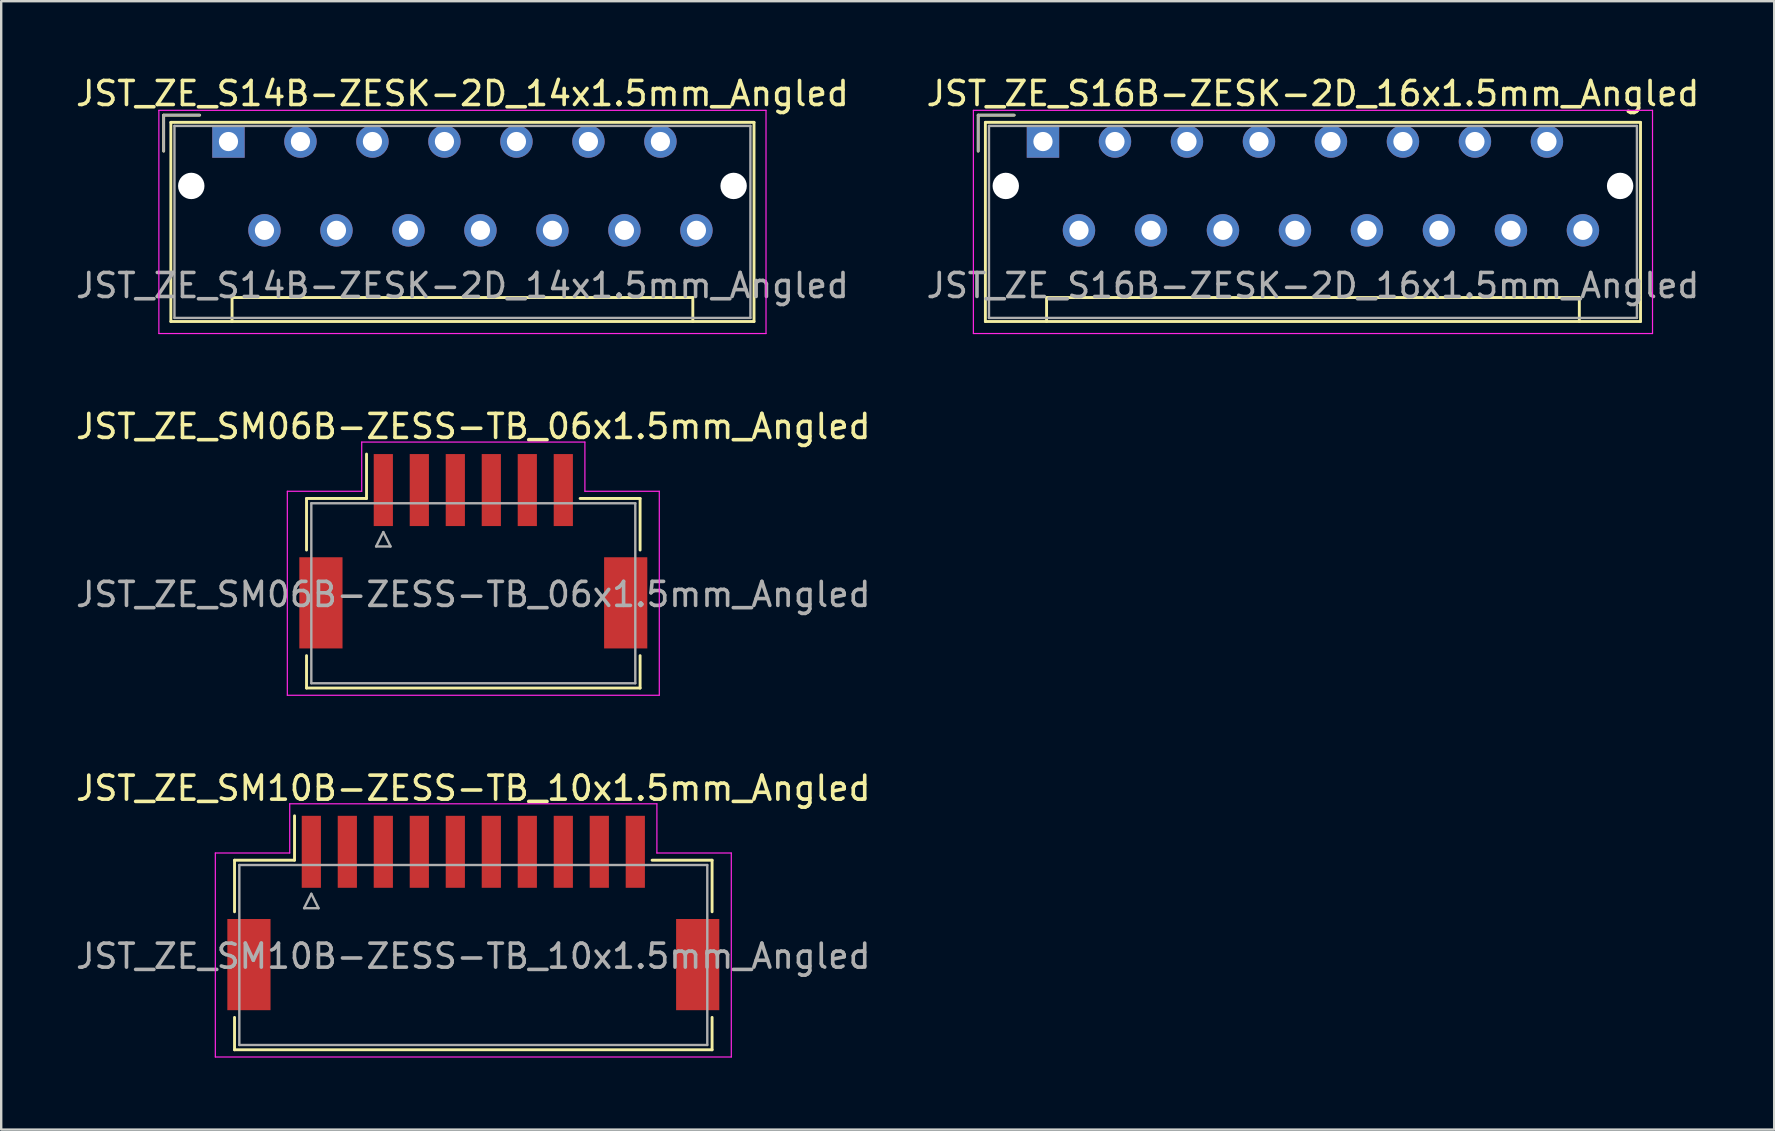
<source format=kicad_pcb>
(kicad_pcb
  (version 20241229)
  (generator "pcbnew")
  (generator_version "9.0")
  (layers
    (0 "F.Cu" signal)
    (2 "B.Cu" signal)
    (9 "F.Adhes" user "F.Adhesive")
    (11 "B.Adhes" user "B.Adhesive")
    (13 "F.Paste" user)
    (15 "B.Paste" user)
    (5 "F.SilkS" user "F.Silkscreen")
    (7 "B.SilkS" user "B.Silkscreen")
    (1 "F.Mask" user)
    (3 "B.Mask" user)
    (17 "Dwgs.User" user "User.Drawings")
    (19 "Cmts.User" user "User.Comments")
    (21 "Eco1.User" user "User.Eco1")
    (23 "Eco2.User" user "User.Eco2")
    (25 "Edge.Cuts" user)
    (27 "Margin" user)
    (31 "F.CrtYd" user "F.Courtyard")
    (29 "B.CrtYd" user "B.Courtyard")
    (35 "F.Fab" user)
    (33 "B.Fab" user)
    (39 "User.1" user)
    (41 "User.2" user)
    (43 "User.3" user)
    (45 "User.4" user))
  (footprint "JST_ZE_SM06B-ZESS-TB_06x1.5mm_Angled"
    (layer "F.Cu")
    (at 16.673 19.721)
    (property "Reference" "JST_ZE_SM06B-ZESS-TB_06x1.5mm_Angled" (at 0 -5 0) (layer "F.SilkS") (effects (font (size 1 1) (thickness 0.15))))
    (attr smd)
    (fp_line (start -6.95 -2) (end -4.45 -2) (stroke (width 0.12) (type solid)) (layer "F.SilkS"))
    (fp_line (start -6.95 0.15) (end -6.95 -2) (stroke (width 0.12) (type solid)) (layer "F.SilkS"))
    (fp_line (start -6.95 4.55) (end -6.95 5.9) (stroke (width 0.12) (type solid)) (layer "F.SilkS"))
    (fp_line (start -6.95 5.9) (end 6.95 5.9) (stroke (width 0.12) (type solid)) (layer "F.SilkS"))
    (fp_line (start -4.45 -2) (end -4.45 -3.85) (stroke (width 0.12) (type solid)) (layer "F.SilkS"))
    (fp_line (start 6.95 -2) (end 4.45 -2) (stroke (width 0.12) (type solid)) (layer "F.SilkS"))
    (fp_line (start 6.95 0.15) (end 6.95 -2) (stroke (width 0.12) (type solid)) (layer "F.SilkS"))
    (fp_line (start 6.95 5.9) (end 6.95 4.55) (stroke (width 0.12) (type solid)) (layer "F.SilkS"))
    (fp_line (start -7.75 -2.3) (end -7.75 6.2) (stroke (width 0.05) (type solid)) (layer "F.CrtYd"))
    (fp_line (start -7.75 6.2) (end 7.75 6.2) (stroke (width 0.05) (type solid)) (layer "F.CrtYd"))
    (fp_line (start -4.65 -4.35) (end -4.65 -2.3) (stroke (width 0.05) (type solid)) (layer "F.CrtYd"))
    (fp_line (start -4.65 -2.3) (end -7.75 -2.3) (stroke (width 0.05) (type solid)) (layer "F.CrtYd"))
    (fp_line (start 4.65 -4.35) (end -4.65 -4.35) (stroke (width 0.05) (type solid)) (layer "F.CrtYd"))
    (fp_line (start 4.65 -2.3) (end 4.65 -4.35) (stroke (width 0.05) (type solid)) (layer "F.CrtYd"))
    (fp_line (start 7.75 -2.3) (end 4.65 -2.3) (stroke (width 0.05) (type solid)) (layer "F.CrtYd"))
    (fp_line (start 7.75 6.2) (end 7.75 -2.3) (stroke (width 0.05) (type solid)) (layer "F.CrtYd"))
    (fp_line (start -6.75 -1.8) (end -6.75 5.7) (stroke (width 0.1) (type solid)) (layer "F.Fab"))
    (fp_line (start -6.75 5.7) (end 6.75 5.7) (stroke (width 0.1) (type solid)) (layer "F.Fab"))
    (fp_line (start -4.05 0) (end -3.45 0) (stroke (width 0.1) (type solid)) (layer "F.Fab"))
    (fp_line (start -3.75 -0.6) (end -4.05 0) (stroke (width 0.1) (type solid)) (layer "F.Fab"))
    (fp_line (start -3.45 0) (end -3.75 -0.6) (stroke (width 0.1) (type solid)) (layer "F.Fab"))
    (fp_line (start 6.75 -1.8) (end -6.75 -1.8) (stroke (width 0.1) (type solid)) (layer "F.Fab"))
    (fp_line (start 6.75 5.7) (end 6.75 -1.8) (stroke (width 0.1) (type solid)) (layer "F.Fab"))
    (fp_text user "${REFERENCE}" (at 0 2 0) (layer "F.Fab") (effects (font (size 1 1) (thickness 0.15))))
    (pad "" smd rect (at -6.35 2.35) (size 1.8 3.8) (layers "F.Cu" "F.Mask" "F.Paste"))
    (pad "" smd rect (at 6.35 2.35) (size 1.8 3.8) (layers "F.Cu" "F.Mask" "F.Paste"))
    (pad "1" smd rect (at -3.75 -2.35) (size 0.8 3) (layers "F.Cu" "F.Mask" "F.Paste"))
    (pad "2" smd rect (at -2.25 -2.35) (size 0.8 3) (layers "F.Cu" "F.Mask" "F.Paste"))
    (pad "3" smd rect (at -0.75 -2.35) (size 0.8 3) (layers "F.Cu" "F.Mask" "F.Paste"))
    (pad "4" smd rect (at 0.75 -2.35) (size 0.8 3) (layers "F.Cu" "F.Mask" "F.Paste"))
    (pad "5" smd rect (at 2.25 -2.35) (size 0.8 3) (layers "F.Cu" "F.Mask" "F.Paste"))
    (pad "6" smd rect (at 3.75 -2.35) (size 0.8 3) (layers "F.Cu" "F.Mask" "F.Paste")))
  (footprint "JST_ZE_SM10B-ZESS-TB_10x1.5mm_Angled"
    (layer "F.Cu")
    (at 16.673 34.795)
    (property "Reference" "JST_ZE_SM10B-ZESS-TB_10x1.5mm_Angled" (at 0 -5 0) (layer "F.SilkS") (effects (font (size 1 1) (thickness 0.15))))
    (attr smd)
    (fp_line (start -9.95 -2) (end -7.45 -2) (stroke (width 0.12) (type solid)) (layer "F.SilkS"))
    (fp_line (start -9.95 0.15) (end -9.95 -2) (stroke (width 0.12) (type solid)) (layer "F.SilkS"))
    (fp_line (start -9.95 4.55) (end -9.95 5.9) (stroke (width 0.12) (type solid)) (layer "F.SilkS"))
    (fp_line (start -9.95 5.9) (end 9.95 5.9) (stroke (width 0.12) (type solid)) (layer "F.SilkS"))
    (fp_line (start -7.45 -2) (end -7.45 -3.85) (stroke (width 0.12) (type solid)) (layer "F.SilkS"))
    (fp_line (start 9.95 -2) (end 7.45 -2) (stroke (width 0.12) (type solid)) (layer "F.SilkS"))
    (fp_line (start 9.95 0.15) (end 9.95 -2) (stroke (width 0.12) (type solid)) (layer "F.SilkS"))
    (fp_line (start 9.95 5.9) (end 9.95 4.55) (stroke (width 0.12) (type solid)) (layer "F.SilkS"))
    (fp_line (start -10.75 -2.3) (end -10.75 6.2) (stroke (width 0.05) (type solid)) (layer "F.CrtYd"))
    (fp_line (start -10.75 6.2) (end 10.75 6.2) (stroke (width 0.05) (type solid)) (layer "F.CrtYd"))
    (fp_line (start -7.65 -4.35) (end -7.65 -2.3) (stroke (width 0.05) (type solid)) (layer "F.CrtYd"))
    (fp_line (start -7.65 -2.3) (end -10.75 -2.3) (stroke (width 0.05) (type solid)) (layer "F.CrtYd"))
    (fp_line (start 7.65 -4.35) (end -7.65 -4.35) (stroke (width 0.05) (type solid)) (layer "F.CrtYd"))
    (fp_line (start 7.65 -2.3) (end 7.65 -4.35) (stroke (width 0.05) (type solid)) (layer "F.CrtYd"))
    (fp_line (start 10.75 -2.3) (end 7.65 -2.3) (stroke (width 0.05) (type solid)) (layer "F.CrtYd"))
    (fp_line (start 10.75 6.2) (end 10.75 -2.3) (stroke (width 0.05) (type solid)) (layer "F.CrtYd"))
    (fp_line (start -9.75 -1.8) (end -9.75 5.7) (stroke (width 0.1) (type solid)) (layer "F.Fab"))
    (fp_line (start -9.75 5.7) (end 9.75 5.7) (stroke (width 0.1) (type solid)) (layer "F.Fab"))
    (fp_line (start -7.05 0) (end -6.45 0) (stroke (width 0.1) (type solid)) (layer "F.Fab"))
    (fp_line (start -6.75 -0.6) (end -7.05 0) (stroke (width 0.1) (type solid)) (layer "F.Fab"))
    (fp_line (start -6.45 0) (end -6.75 -0.6) (stroke (width 0.1) (type solid)) (layer "F.Fab"))
    (fp_line (start 9.75 -1.8) (end -9.75 -1.8) (stroke (width 0.1) (type solid)) (layer "F.Fab"))
    (fp_line (start 9.75 5.7) (end 9.75 -1.8) (stroke (width 0.1) (type solid)) (layer "F.Fab"))
    (fp_text user "${REFERENCE}" (at 0 2 0) (layer "F.Fab") (effects (font (size 1 1) (thickness 0.15))))
    (pad "" smd rect (at -9.35 2.35) (size 1.8 3.8) (layers "F.Cu" "F.Mask" "F.Paste"))
    (pad "" smd rect (at 9.35 2.35) (size 1.8 3.8) (layers "F.Cu" "F.Mask" "F.Paste"))
    (pad "1" smd rect (at -6.75 -2.35) (size 0.8 3) (layers "F.Cu" "F.Mask" "F.Paste"))
    (pad "2" smd rect (at -5.25 -2.35) (size 0.8 3) (layers "F.Cu" "F.Mask" "F.Paste"))
    (pad "3" smd rect (at -3.75 -2.35) (size 0.8 3) (layers "F.Cu" "F.Mask" "F.Paste"))
    (pad "4" smd rect (at -2.25 -2.35) (size 0.8 3) (layers "F.Cu" "F.Mask" "F.Paste"))
    (pad "5" smd rect (at -0.75 -2.35) (size 0.8 3) (layers "F.Cu" "F.Mask" "F.Paste"))
    (pad "6" smd rect (at 0.75 -2.35) (size 0.8 3) (layers "F.Cu" "F.Mask" "F.Paste"))
    (pad "7" smd rect (at 2.25 -2.35) (size 0.8 3) (layers "F.Cu" "F.Mask" "F.Paste"))
    (pad "8" smd rect (at 3.75 -2.35) (size 0.8 3) (layers "F.Cu" "F.Mask" "F.Paste"))
    (pad "9" smd rect (at 5.25 -2.35) (size 0.8 3) (layers "F.Cu" "F.Mask" "F.Paste"))
    (pad "10" smd rect (at 6.75 -2.35) (size 0.8 3) (layers "F.Cu" "F.Mask" "F.Paste")))
  (footprint "JST_ZE_S14B-ZESK-2D_14x1.5mm_Angled"
    (layer "F.Cu")
    (at 6.47 2.848)
    (property "Reference" "JST_ZE_S14B-ZESK-2D_14x1.5mm_Angled" (at 9.75 -2 0) (layer "F.SilkS") (effects (font (size 1 1) (thickness 0.15))))
    (attr through_hole)
    (fp_line (start -2.7 -1.1) (end -1.2 -1.1) (stroke (width 0.12) (type solid)) (layer "F.SilkS"))
    (fp_line (start -2.7 0.4) (end -2.7 -1.1) (stroke (width 0.12) (type solid)) (layer "F.SilkS"))
    (fp_line (start -2.4 -0.8) (end -2.4 7.5) (stroke (width 0.12) (type solid)) (layer "F.SilkS"))
    (fp_line (start -2.4 7.5) (end 21.9 7.5) (stroke (width 0.12) (type solid)) (layer "F.SilkS"))
    (fp_line (start 0.15 6.5) (end 19.35 6.5) (stroke (width 0.12) (type solid)) (layer "F.SilkS"))
    (fp_line (start 0.15 7.5) (end 0.15 6.5) (stroke (width 0.12) (type solid)) (layer "F.SilkS"))
    (fp_line (start 19.35 6.5) (end 19.35 7.5) (stroke (width 0.12) (type solid)) (layer "F.SilkS"))
    (fp_line (start 21.9 -0.8) (end -2.4 -0.8) (stroke (width 0.12) (type solid)) (layer "F.SilkS"))
    (fp_line (start 21.9 7.5) (end 21.9 -0.8) (stroke (width 0.12) (type solid)) (layer "F.SilkS"))
    (fp_line (start -2.9 -1.3) (end -2.9 8) (stroke (width 0.05) (type solid)) (layer "F.CrtYd"))
    (fp_line (start -2.9 8) (end 22.4 8) (stroke (width 0.05) (type solid)) (layer "F.CrtYd"))
    (fp_line (start 22.4 -1.3) (end -2.9 -1.3) (stroke (width 0.05) (type solid)) (layer "F.CrtYd"))
    (fp_line (start 22.4 8) (end 22.4 -1.3) (stroke (width 0.05) (type solid)) (layer "F.CrtYd"))
    (fp_line (start -2.7 -1.1) (end -1.2 -1.1) (stroke (width 0.1) (type solid)) (layer "F.Fab"))
    (fp_line (start -2.7 0.4) (end -2.7 -1.1) (stroke (width 0.1) (type solid)) (layer "F.Fab"))
    (fp_line (start -2.25 -0.65) (end -2.25 7.35) (stroke (width 0.1) (type solid)) (layer "F.Fab"))
    (fp_line (start -2.25 7.35) (end 21.75 7.35) (stroke (width 0.1) (type solid)) (layer "F.Fab"))
    (fp_line (start 21.75 -0.65) (end -2.25 -0.65) (stroke (width 0.1) (type solid)) (layer "F.Fab"))
    (fp_line (start 21.75 7.35) (end 21.75 -0.65) (stroke (width 0.1) (type solid)) (layer "F.Fab"))
    (fp_text user "${REFERENCE}" (at 9.75 6 0) (layer "F.Fab") (effects (font (size 1 1) (thickness 0.15))))
    (pad "" np_thru_hole circle (at -1.55 1.85) (size 1.1 1.1) (drill 1.1) (layers "*.Cu"))
    (pad "" np_thru_hole circle (at 21.05 1.85) (size 1.1 1.1) (drill 1.1) (layers "*.Cu"))
    (pad "1" thru_hole rect (at 0 0) (size 1.35 1.35) (drill 0.8) (layers "*.Cu" "*.Mask"))
    (pad "2" thru_hole circle (at 1.5 3.7) (size 1.35 1.35) (drill 0.8) (layers "*.Cu" "*.Mask"))
    (pad "3" thru_hole circle (at 3 0) (size 1.35 1.35) (drill 0.8) (layers "*.Cu" "*.Mask"))
    (pad "4" thru_hole circle (at 4.5 3.7) (size 1.35 1.35) (drill 0.8) (layers "*.Cu" "*.Mask"))
    (pad "5" thru_hole circle (at 6 0) (size 1.35 1.35) (drill 0.8) (layers "*.Cu" "*.Mask"))
    (pad "6" thru_hole circle (at 7.5 3.7) (size 1.35 1.35) (drill 0.8) (layers "*.Cu" "*.Mask"))
    (pad "7" thru_hole circle (at 9 0) (size 1.35 1.35) (drill 0.8) (layers "*.Cu" "*.Mask"))
    (pad "8" thru_hole circle (at 10.5 3.7) (size 1.35 1.35) (drill 0.8) (layers "*.Cu" "*.Mask"))
    (pad "9" thru_hole circle (at 12 0) (size 1.35 1.35) (drill 0.8) (layers "*.Cu" "*.Mask"))
    (pad "10" thru_hole circle (at 13.5 3.7) (size 1.35 1.35) (drill 0.8) (layers "*.Cu" "*.Mask"))
    (pad "11" thru_hole circle (at 15 0) (size 1.35 1.35) (drill 0.8) (layers "*.Cu" "*.Mask"))
    (pad "12" thru_hole circle (at 16.5 3.7) (size 1.35 1.35) (drill 0.8) (layers "*.Cu" "*.Mask"))
    (pad "13" thru_hole circle (at 18 0) (size 1.35 1.35) (drill 0.8) (layers "*.Cu" "*.Mask"))
    (pad "14" thru_hole circle (at 19.5 3.7) (size 1.35 1.35) (drill 0.8) (layers "*.Cu" "*.Mask")))
  (footprint "JST_ZE_S16B-ZESK-2D_16x1.5mm_Angled"
    (layer "F.Cu")
    (at 40.411 2.848)
    (property "Reference" "JST_ZE_S16B-ZESK-2D_16x1.5mm_Angled" (at 11.25 -2 0) (layer "F.SilkS") (effects (font (size 1 1) (thickness 0.15))))
    (attr through_hole)
    (fp_line (start -2.7 -1.1) (end -1.2 -1.1) (stroke (width 0.12) (type solid)) (layer "F.SilkS"))
    (fp_line (start -2.7 0.4) (end -2.7 -1.1) (stroke (width 0.12) (type solid)) (layer "F.SilkS"))
    (fp_line (start -2.4 -0.8) (end -2.4 7.5) (stroke (width 0.12) (type solid)) (layer "F.SilkS"))
    (fp_line (start -2.4 7.5) (end 24.9 7.5) (stroke (width 0.12) (type solid)) (layer "F.SilkS"))
    (fp_line (start 0.15 6.5) (end 22.35 6.5) (stroke (width 0.12) (type solid)) (layer "F.SilkS"))
    (fp_line (start 0.15 7.5) (end 0.15 6.5) (stroke (width 0.12) (type solid)) (layer "F.SilkS"))
    (fp_line (start 22.35 6.5) (end 22.35 7.5) (stroke (width 0.12) (type solid)) (layer "F.SilkS"))
    (fp_line (start 24.9 -0.8) (end -2.4 -0.8) (stroke (width 0.12) (type solid)) (layer "F.SilkS"))
    (fp_line (start 24.9 7.5) (end 24.9 -0.8) (stroke (width 0.12) (type solid)) (layer "F.SilkS"))
    (fp_line (start -2.9 -1.3) (end -2.9 8) (stroke (width 0.05) (type solid)) (layer "F.CrtYd"))
    (fp_line (start -2.9 8) (end 25.4 8) (stroke (width 0.05) (type solid)) (layer "F.CrtYd"))
    (fp_line (start 25.4 -1.3) (end -2.9 -1.3) (stroke (width 0.05) (type solid)) (layer "F.CrtYd"))
    (fp_line (start 25.4 8) (end 25.4 -1.3) (stroke (width 0.05) (type solid)) (layer "F.CrtYd"))
    (fp_line (start -2.7 -1.1) (end -1.2 -1.1) (stroke (width 0.1) (type solid)) (layer "F.Fab"))
    (fp_line (start -2.7 0.4) (end -2.7 -1.1) (stroke (width 0.1) (type solid)) (layer "F.Fab"))
    (fp_line (start -2.25 -0.65) (end -2.25 7.35) (stroke (width 0.1) (type solid)) (layer "F.Fab"))
    (fp_line (start -2.25 7.35) (end 24.75 7.35) (stroke (width 0.1) (type solid)) (layer "F.Fab"))
    (fp_line (start 24.75 -0.65) (end -2.25 -0.65) (stroke (width 0.1) (type solid)) (layer "F.Fab"))
    (fp_line (start 24.75 7.35) (end 24.75 -0.65) (stroke (width 0.1) (type solid)) (layer "F.Fab"))
    (fp_text user "${REFERENCE}" (at 11.25 6 0) (layer "F.Fab") (effects (font (size 1 1) (thickness 0.15))))
    (pad "" np_thru_hole circle (at -1.55 1.85) (size 1.1 1.1) (drill 1.1) (layers "*.Cu"))
    (pad "" np_thru_hole circle (at 24.05 1.85) (size 1.1 1.1) (drill 1.1) (layers "*.Cu"))
    (pad "1" thru_hole rect (at 0 0) (size 1.35 1.35) (drill 0.8) (layers "*.Cu" "*.Mask"))
    (pad "2" thru_hole circle (at 1.5 3.7) (size 1.35 1.35) (drill 0.8) (layers "*.Cu" "*.Mask"))
    (pad "3" thru_hole circle (at 3 0) (size 1.35 1.35) (drill 0.8) (layers "*.Cu" "*.Mask"))
    (pad "4" thru_hole circle (at 4.5 3.7) (size 1.35 1.35) (drill 0.8) (layers "*.Cu" "*.Mask"))
    (pad "5" thru_hole circle (at 6 0) (size 1.35 1.35) (drill 0.8) (layers "*.Cu" "*.Mask"))
    (pad "6" thru_hole circle (at 7.5 3.7) (size 1.35 1.35) (drill 0.8) (layers "*.Cu" "*.Mask"))
    (pad "7" thru_hole circle (at 9 0) (size 1.35 1.35) (drill 0.8) (layers "*.Cu" "*.Mask"))
    (pad "8" thru_hole circle (at 10.5 3.7) (size 1.35 1.35) (drill 0.8) (layers "*.Cu" "*.Mask"))
    (pad "9" thru_hole circle (at 12 0) (size 1.35 1.35) (drill 0.8) (layers "*.Cu" "*.Mask"))
    (pad "10" thru_hole circle (at 13.5 3.7) (size 1.35 1.35) (drill 0.8) (layers "*.Cu" "*.Mask"))
    (pad "11" thru_hole circle (at 15 0) (size 1.35 1.35) (drill 0.8) (layers "*.Cu" "*.Mask"))
    (pad "12" thru_hole circle (at 16.5 3.7) (size 1.35 1.35) (drill 0.8) (layers "*.Cu" "*.Mask"))
    (pad "13" thru_hole circle (at 18 0) (size 1.35 1.35) (drill 0.8) (layers "*.Cu" "*.Mask"))
    (pad "14" thru_hole circle (at 19.5 3.7) (size 1.35 1.35) (drill 0.8) (layers "*.Cu" "*.Mask"))
    (pad "15" thru_hole circle (at 21 0) (size 1.35 1.35) (drill 0.8) (layers "*.Cu" "*.Mask"))
    (pad "16" thru_hole circle (at 22.5 3.7) (size 1.35 1.35) (drill 0.8) (layers "*.Cu" "*.Mask")))
  (gr_rect
    (start -3 -3)
    (end 70.881 44.02)
    (stroke (width 0.1) (type default))
    (fill no)
    (layer "Edge.Cuts")))
</source>
